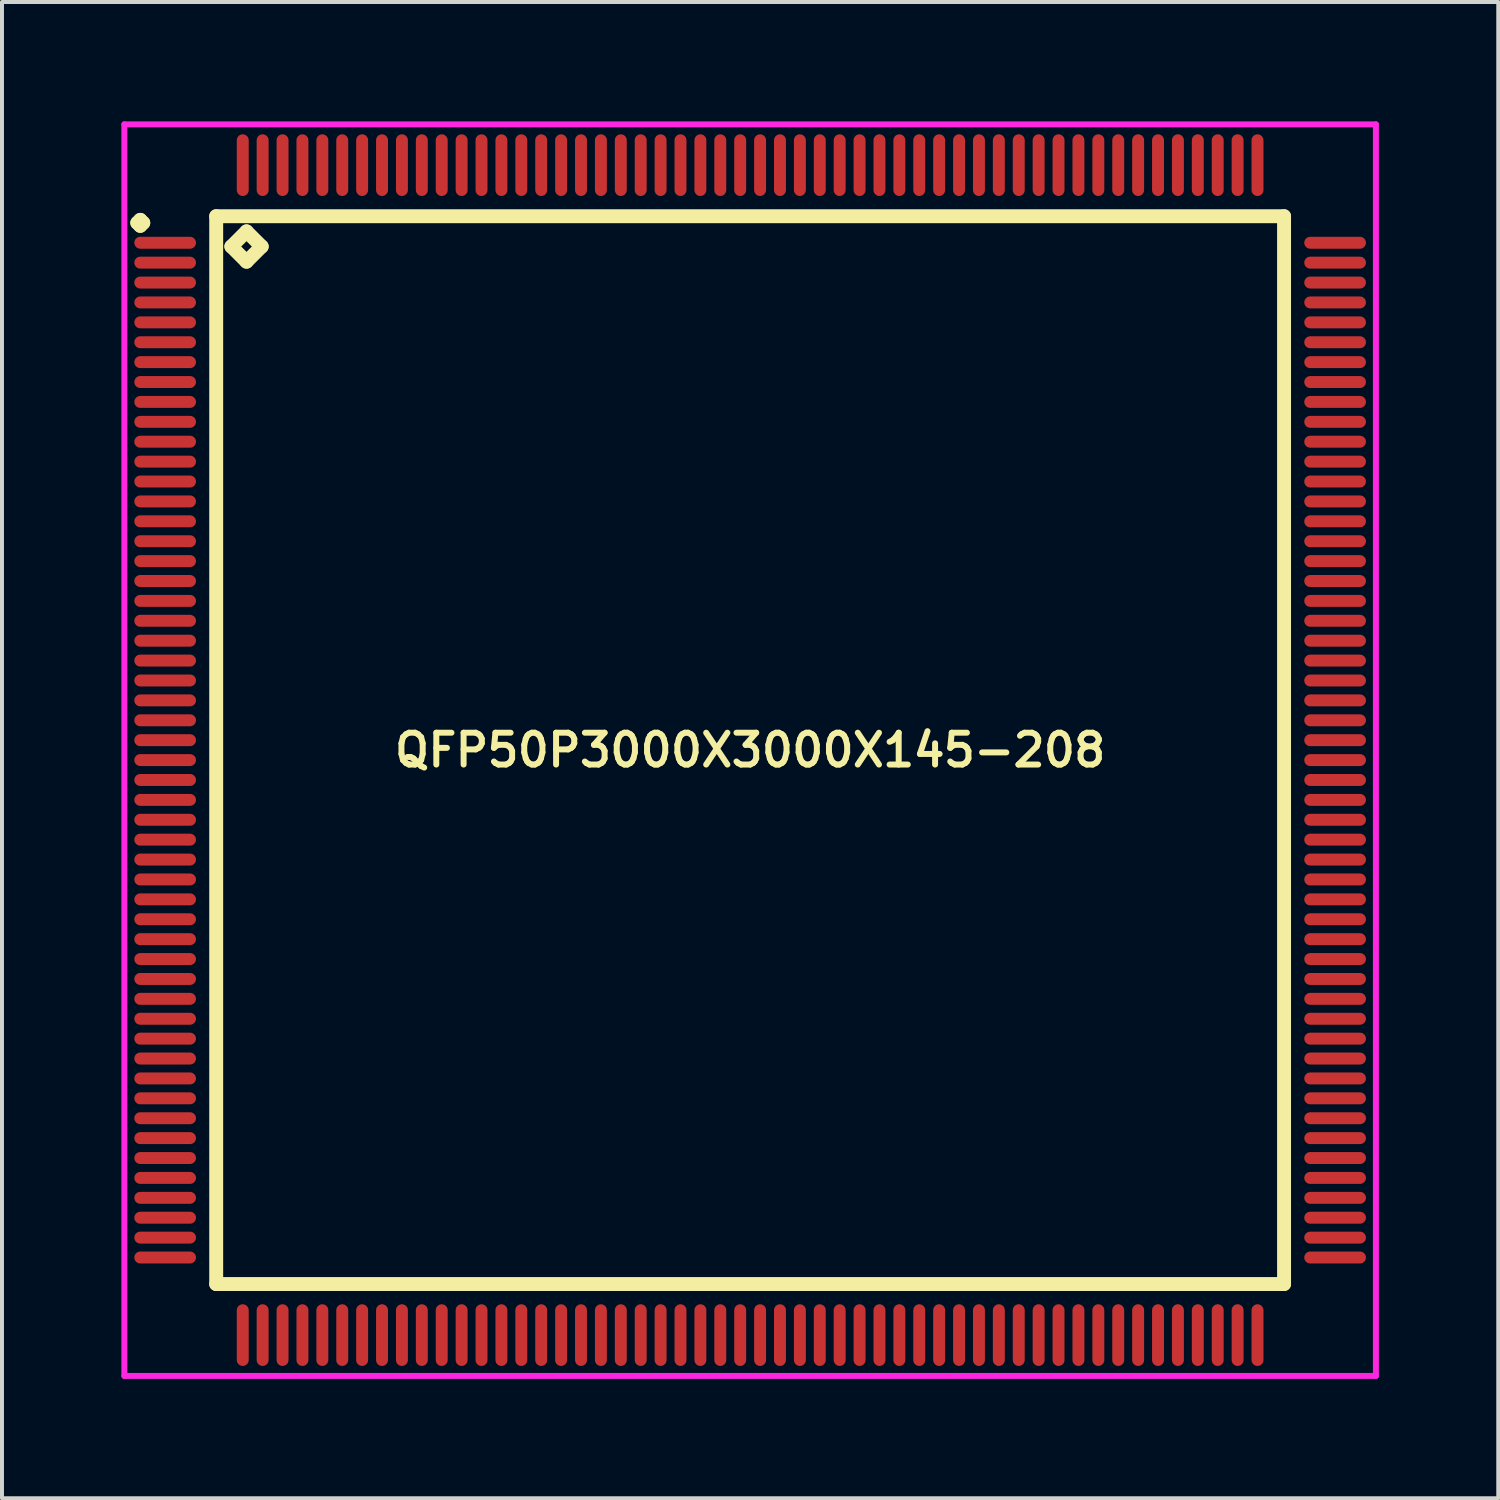
<source format=kicad_pcb>
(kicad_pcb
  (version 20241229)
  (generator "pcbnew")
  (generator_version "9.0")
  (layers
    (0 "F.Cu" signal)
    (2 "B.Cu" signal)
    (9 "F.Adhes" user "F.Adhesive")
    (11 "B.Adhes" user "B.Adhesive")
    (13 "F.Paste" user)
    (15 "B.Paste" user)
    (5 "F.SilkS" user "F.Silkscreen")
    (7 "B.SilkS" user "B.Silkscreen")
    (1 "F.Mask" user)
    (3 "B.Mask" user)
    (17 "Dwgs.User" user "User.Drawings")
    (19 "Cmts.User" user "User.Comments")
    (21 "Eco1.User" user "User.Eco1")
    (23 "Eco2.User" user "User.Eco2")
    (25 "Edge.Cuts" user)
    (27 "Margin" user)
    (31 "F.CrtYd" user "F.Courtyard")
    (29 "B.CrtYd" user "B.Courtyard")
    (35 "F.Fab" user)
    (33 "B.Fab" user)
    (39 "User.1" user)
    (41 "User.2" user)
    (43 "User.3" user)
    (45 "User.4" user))
  (footprint "QFP50P3000X3000X145-208"
    (layer "F.Cu")
    (at 15.8 15.8)
    (property "Reference" "QFP50P3000X3000X145-208" (at 0 0 0) (layer "F.SilkS") (effects (font (size 0.8 0.8) (thickness 0.15))))
    (attr smd)
    (fp_line (start -15.4 -13.25) (end -15.325 -13.325) (stroke (width 0.35) (type solid)) (layer "F.SilkS"))
    (fp_line (start -15.325 -13.325) (end -15.25 -13.25) (stroke (width 0.35) (type solid)) (layer "F.SilkS"))
    (fp_line (start -15.325 -13.175) (end -15.4 -13.25) (stroke (width 0.35) (type solid)) (layer "F.SilkS"))
    (fp_line (start -15.25 -13.25) (end -15.325 -13.175) (stroke (width 0.35) (type solid)) (layer "F.SilkS"))
    (fp_line (start -13.417 -13.417) (end -13.417 13.417) (stroke (width 0.35) (type solid)) (layer "F.SilkS"))
    (fp_line (start -13.417 13.417) (end 13.417 13.417) (stroke (width 0.35) (type solid)) (layer "F.SilkS"))
    (fp_line (start -13.036 -12.655) (end -12.655 -13.036) (stroke (width 0.35) (type solid)) (layer "F.SilkS"))
    (fp_line (start -12.655 -13.036) (end -12.274 -12.655) (stroke (width 0.35) (type solid)) (layer "F.SilkS"))
    (fp_line (start -12.655 -12.274) (end -13.036 -12.655) (stroke (width 0.35) (type solid)) (layer "F.SilkS"))
    (fp_line (start -12.274 -12.655) (end -12.655 -12.274) (stroke (width 0.35) (type solid)) (layer "F.SilkS"))
    (fp_line (start 13.417 -13.417) (end -13.417 -13.417) (stroke (width 0.35) (type solid)) (layer "F.SilkS"))
    (fp_line (start 13.417 13.417) (end 13.417 -13.417) (stroke (width 0.35) (type solid)) (layer "F.SilkS"))
    (fp_line (start -15.725 -15.725) (end 15.725 -15.725) (stroke (width 0.15) (type solid)) (layer "F.CrtYd"))
    (fp_line (start -15.725 15.725) (end -15.725 -15.725) (stroke (width 0.15) (type solid)) (layer "F.CrtYd"))
    (fp_line (start 15.725 -15.725) (end 15.725 15.725) (stroke (width 0.15) (type solid)) (layer "F.CrtYd"))
    (fp_line (start 15.725 15.725) (end -15.725 15.725) (stroke (width 0.15) (type solid)) (layer "F.CrtYd"))
    (pad "1" smd oval (at -14.7 -12.75) (size 1.55 0.3) (layers "F.Cu" "F.Mask" "F.Paste"))
    (pad "2" smd oval (at -14.7 -12.25) (size 1.55 0.3) (layers "F.Cu" "F.Mask" "F.Paste"))
    (pad "3" smd oval (at -14.7 -11.75) (size 1.55 0.3) (layers "F.Cu" "F.Mask" "F.Paste"))
    (pad "4" smd oval (at -14.7 -11.25) (size 1.55 0.3) (layers "F.Cu" "F.Mask" "F.Paste"))
    (pad "5" smd oval (at -14.7 -10.75) (size 1.55 0.3) (layers "F.Cu" "F.Mask" "F.Paste"))
    (pad "6" smd oval (at -14.7 -10.25) (size 1.55 0.3) (layers "F.Cu" "F.Mask" "F.Paste"))
    (pad "7" smd oval (at -14.7 -9.75) (size 1.55 0.3) (layers "F.Cu" "F.Mask" "F.Paste"))
    (pad "8" smd oval (at -14.7 -9.25) (size 1.55 0.3) (layers "F.Cu" "F.Mask" "F.Paste"))
    (pad "9" smd oval (at -14.7 -8.75) (size 1.55 0.3) (layers "F.Cu" "F.Mask" "F.Paste"))
    (pad "10" smd oval (at -14.7 -8.25) (size 1.55 0.3) (layers "F.Cu" "F.Mask" "F.Paste"))
    (pad "11" smd oval (at -14.7 -7.75) (size 1.55 0.3) (layers "F.Cu" "F.Mask" "F.Paste"))
    (pad "12" smd oval (at -14.7 -7.25) (size 1.55 0.3) (layers "F.Cu" "F.Mask" "F.Paste"))
    (pad "13" smd oval (at -14.7 -6.75) (size 1.55 0.3) (layers "F.Cu" "F.Mask" "F.Paste"))
    (pad "14" smd oval (at -14.7 -6.25) (size 1.55 0.3) (layers "F.Cu" "F.Mask" "F.Paste"))
    (pad "15" smd oval (at -14.7 -5.75) (size 1.55 0.3) (layers "F.Cu" "F.Mask" "F.Paste"))
    (pad "16" smd oval (at -14.7 -5.25) (size 1.55 0.3) (layers "F.Cu" "F.Mask" "F.Paste"))
    (pad "17" smd oval (at -14.7 -4.75) (size 1.55 0.3) (layers "F.Cu" "F.Mask" "F.Paste"))
    (pad "18" smd oval (at -14.7 -4.25) (size 1.55 0.3) (layers "F.Cu" "F.Mask" "F.Paste"))
    (pad "19" smd oval (at -14.7 -3.75) (size 1.55 0.3) (layers "F.Cu" "F.Mask" "F.Paste"))
    (pad "20" smd oval (at -14.7 -3.25) (size 1.55 0.3) (layers "F.Cu" "F.Mask" "F.Paste"))
    (pad "21" smd oval (at -14.7 -2.75) (size 1.55 0.3) (layers "F.Cu" "F.Mask" "F.Paste"))
    (pad "22" smd oval (at -14.7 -2.25) (size 1.55 0.3) (layers "F.Cu" "F.Mask" "F.Paste"))
    (pad "23" smd oval (at -14.7 -1.75) (size 1.55 0.3) (layers "F.Cu" "F.Mask" "F.Paste"))
    (pad "24" smd oval (at -14.7 -1.25) (size 1.55 0.3) (layers "F.Cu" "F.Mask" "F.Paste"))
    (pad "25" smd oval (at -14.7 -0.75) (size 1.55 0.3) (layers "F.Cu" "F.Mask" "F.Paste"))
    (pad "26" smd oval (at -14.7 -0.25) (size 1.55 0.3) (layers "F.Cu" "F.Mask" "F.Paste"))
    (pad "27" smd oval (at -14.7 0.25) (size 1.55 0.3) (layers "F.Cu" "F.Mask" "F.Paste"))
    (pad "28" smd oval (at -14.7 0.75) (size 1.55 0.3) (layers "F.Cu" "F.Mask" "F.Paste"))
    (pad "29" smd oval (at -14.7 1.25) (size 1.55 0.3) (layers "F.Cu" "F.Mask" "F.Paste"))
    (pad "30" smd oval (at -14.7 1.75) (size 1.55 0.3) (layers "F.Cu" "F.Mask" "F.Paste"))
    (pad "31" smd oval (at -14.7 2.25) (size 1.55 0.3) (layers "F.Cu" "F.Mask" "F.Paste"))
    (pad "32" smd oval (at -14.7 2.75) (size 1.55 0.3) (layers "F.Cu" "F.Mask" "F.Paste"))
    (pad "33" smd oval (at -14.7 3.25) (size 1.55 0.3) (layers "F.Cu" "F.Mask" "F.Paste"))
    (pad "34" smd oval (at -14.7 3.75) (size 1.55 0.3) (layers "F.Cu" "F.Mask" "F.Paste"))
    (pad "35" smd oval (at -14.7 4.25) (size 1.55 0.3) (layers "F.Cu" "F.Mask" "F.Paste"))
    (pad "36" smd oval (at -14.7 4.75) (size 1.55 0.3) (layers "F.Cu" "F.Mask" "F.Paste"))
    (pad "37" smd oval (at -14.7 5.25) (size 1.55 0.3) (layers "F.Cu" "F.Mask" "F.Paste"))
    (pad "38" smd oval (at -14.7 5.75) (size 1.55 0.3) (layers "F.Cu" "F.Mask" "F.Paste"))
    (pad "39" smd oval (at -14.7 6.25) (size 1.55 0.3) (layers "F.Cu" "F.Mask" "F.Paste"))
    (pad "40" smd oval (at -14.7 6.75) (size 1.55 0.3) (layers "F.Cu" "F.Mask" "F.Paste"))
    (pad "41" smd oval (at -14.7 7.25) (size 1.55 0.3) (layers "F.Cu" "F.Mask" "F.Paste"))
    (pad "42" smd oval (at -14.7 7.75) (size 1.55 0.3) (layers "F.Cu" "F.Mask" "F.Paste"))
    (pad "43" smd oval (at -14.7 8.25) (size 1.55 0.3) (layers "F.Cu" "F.Mask" "F.Paste"))
    (pad "44" smd oval (at -14.7 8.75) (size 1.55 0.3) (layers "F.Cu" "F.Mask" "F.Paste"))
    (pad "45" smd oval (at -14.7 9.25) (size 1.55 0.3) (layers "F.Cu" "F.Mask" "F.Paste"))
    (pad "46" smd oval (at -14.7 9.75) (size 1.55 0.3) (layers "F.Cu" "F.Mask" "F.Paste"))
    (pad "47" smd oval (at -14.7 10.25) (size 1.55 0.3) (layers "F.Cu" "F.Mask" "F.Paste"))
    (pad "48" smd oval (at -14.7 10.75) (size 1.55 0.3) (layers "F.Cu" "F.Mask" "F.Paste"))
    (pad "49" smd oval (at -14.7 11.25) (size 1.55 0.3) (layers "F.Cu" "F.Mask" "F.Paste"))
    (pad "50" smd oval (at -14.7 11.75) (size 1.55 0.3) (layers "F.Cu" "F.Mask" "F.Paste"))
    (pad "51" smd oval (at -14.7 12.25) (size 1.55 0.3) (layers "F.Cu" "F.Mask" "F.Paste"))
    (pad "52" smd oval (at -14.7 12.75) (size 1.55 0.3) (layers "F.Cu" "F.Mask" "F.Paste"))
    (pad "53" smd oval (at -12.75 14.7) (size 0.3 1.55) (layers "F.Cu" "F.Mask" "F.Paste"))
    (pad "54" smd oval (at -12.25 14.7) (size 0.3 1.55) (layers "F.Cu" "F.Mask" "F.Paste"))
    (pad "55" smd oval (at -11.75 14.7) (size 0.3 1.55) (layers "F.Cu" "F.Mask" "F.Paste"))
    (pad "56" smd oval (at -11.25 14.7) (size 0.3 1.55) (layers "F.Cu" "F.Mask" "F.Paste"))
    (pad "57" smd oval (at -10.75 14.7) (size 0.3 1.55) (layers "F.Cu" "F.Mask" "F.Paste"))
    (pad "58" smd oval (at -10.25 14.7) (size 0.3 1.55) (layers "F.Cu" "F.Mask" "F.Paste"))
    (pad "59" smd oval (at -9.75 14.7) (size 0.3 1.55) (layers "F.Cu" "F.Mask" "F.Paste"))
    (pad "60" smd oval (at -9.25 14.7) (size 0.3 1.55) (layers "F.Cu" "F.Mask" "F.Paste"))
    (pad "61" smd oval (at -8.75 14.7) (size 0.3 1.55) (layers "F.Cu" "F.Mask" "F.Paste"))
    (pad "62" smd oval (at -8.25 14.7) (size 0.3 1.55) (layers "F.Cu" "F.Mask" "F.Paste"))
    (pad "63" smd oval (at -7.75 14.7) (size 0.3 1.55) (layers "F.Cu" "F.Mask" "F.Paste"))
    (pad "64" smd oval (at -7.25 14.7) (size 0.3 1.55) (layers "F.Cu" "F.Mask" "F.Paste"))
    (pad "65" smd oval (at -6.75 14.7) (size 0.3 1.55) (layers "F.Cu" "F.Mask" "F.Paste"))
    (pad "66" smd oval (at -6.25 14.7) (size 0.3 1.55) (layers "F.Cu" "F.Mask" "F.Paste"))
    (pad "67" smd oval (at -5.75 14.7) (size 0.3 1.55) (layers "F.Cu" "F.Mask" "F.Paste"))
    (pad "68" smd oval (at -5.25 14.7) (size 0.3 1.55) (layers "F.Cu" "F.Mask" "F.Paste"))
    (pad "69" smd oval (at -4.75 14.7) (size 0.3 1.55) (layers "F.Cu" "F.Mask" "F.Paste"))
    (pad "70" smd oval (at -4.25 14.7) (size 0.3 1.55) (layers "F.Cu" "F.Mask" "F.Paste"))
    (pad "71" smd oval (at -3.75 14.7) (size 0.3 1.55) (layers "F.Cu" "F.Mask" "F.Paste"))
    (pad "72" smd oval (at -3.25 14.7) (size 0.3 1.55) (layers "F.Cu" "F.Mask" "F.Paste"))
    (pad "73" smd oval (at -2.75 14.7) (size 0.3 1.55) (layers "F.Cu" "F.Mask" "F.Paste"))
    (pad "74" smd oval (at -2.25 14.7) (size 0.3 1.55) (layers "F.Cu" "F.Mask" "F.Paste"))
    (pad "75" smd oval (at -1.75 14.7) (size 0.3 1.55) (layers "F.Cu" "F.Mask" "F.Paste"))
    (pad "76" smd oval (at -1.25 14.7) (size 0.3 1.55) (layers "F.Cu" "F.Mask" "F.Paste"))
    (pad "77" smd oval (at -0.75 14.7) (size 0.3 1.55) (layers "F.Cu" "F.Mask" "F.Paste"))
    (pad "78" smd oval (at -0.25 14.7) (size 0.3 1.55) (layers "F.Cu" "F.Mask" "F.Paste"))
    (pad "79" smd oval (at 0.25 14.7) (size 0.3 1.55) (layers "F.Cu" "F.Mask" "F.Paste"))
    (pad "80" smd oval (at 0.75 14.7) (size 0.3 1.55) (layers "F.Cu" "F.Mask" "F.Paste"))
    (pad "81" smd oval (at 1.25 14.7) (size 0.3 1.55) (layers "F.Cu" "F.Mask" "F.Paste"))
    (pad "82" smd oval (at 1.75 14.7) (size 0.3 1.55) (layers "F.Cu" "F.Mask" "F.Paste"))
    (pad "83" smd oval (at 2.25 14.7) (size 0.3 1.55) (layers "F.Cu" "F.Mask" "F.Paste"))
    (pad "84" smd oval (at 2.75 14.7) (size 0.3 1.55) (layers "F.Cu" "F.Mask" "F.Paste"))
    (pad "85" smd oval (at 3.25 14.7) (size 0.3 1.55) (layers "F.Cu" "F.Mask" "F.Paste"))
    (pad "86" smd oval (at 3.75 14.7) (size 0.3 1.55) (layers "F.Cu" "F.Mask" "F.Paste"))
    (pad "87" smd oval (at 4.25 14.7) (size 0.3 1.55) (layers "F.Cu" "F.Mask" "F.Paste"))
    (pad "88" smd oval (at 4.75 14.7) (size 0.3 1.55) (layers "F.Cu" "F.Mask" "F.Paste"))
    (pad "89" smd oval (at 5.25 14.7) (size 0.3 1.55) (layers "F.Cu" "F.Mask" "F.Paste"))
    (pad "90" smd oval (at 5.75 14.7) (size 0.3 1.55) (layers "F.Cu" "F.Mask" "F.Paste"))
    (pad "91" smd oval (at 6.25 14.7) (size 0.3 1.55) (layers "F.Cu" "F.Mask" "F.Paste"))
    (pad "92" smd oval (at 6.75 14.7) (size 0.3 1.55) (layers "F.Cu" "F.Mask" "F.Paste"))
    (pad "93" smd oval (at 7.25 14.7) (size 0.3 1.55) (layers "F.Cu" "F.Mask" "F.Paste"))
    (pad "94" smd oval (at 7.75 14.7) (size 0.3 1.55) (layers "F.Cu" "F.Mask" "F.Paste"))
    (pad "95" smd oval (at 8.25 14.7) (size 0.3 1.55) (layers "F.Cu" "F.Mask" "F.Paste"))
    (pad "96" smd oval (at 8.75 14.7) (size 0.3 1.55) (layers "F.Cu" "F.Mask" "F.Paste"))
    (pad "97" smd oval (at 9.25 14.7) (size 0.3 1.55) (layers "F.Cu" "F.Mask" "F.Paste"))
    (pad "98" smd oval (at 9.75 14.7) (size 0.3 1.55) (layers "F.Cu" "F.Mask" "F.Paste"))
    (pad "99" smd oval (at 10.25 14.7) (size 0.3 1.55) (layers "F.Cu" "F.Mask" "F.Paste"))
    (pad "100" smd oval (at 10.75 14.7) (size 0.3 1.55) (layers "F.Cu" "F.Mask" "F.Paste"))
    (pad "101" smd oval (at 11.25 14.7) (size 0.3 1.55) (layers "F.Cu" "F.Mask" "F.Paste"))
    (pad "102" smd oval (at 11.75 14.7) (size 0.3 1.55) (layers "F.Cu" "F.Mask" "F.Paste"))
    (pad "103" smd oval (at 12.25 14.7) (size 0.3 1.55) (layers "F.Cu" "F.Mask" "F.Paste"))
    (pad "104" smd oval (at 12.75 14.7) (size 0.3 1.55) (layers "F.Cu" "F.Mask" "F.Paste"))
    (pad "105" smd oval (at 14.7 12.75) (size 1.55 0.3) (layers "F.Cu" "F.Mask" "F.Paste"))
    (pad "106" smd oval (at 14.7 12.25) (size 1.55 0.3) (layers "F.Cu" "F.Mask" "F.Paste"))
    (pad "107" smd oval (at 14.7 11.75) (size 1.55 0.3) (layers "F.Cu" "F.Mask" "F.Paste"))
    (pad "108" smd oval (at 14.7 11.25) (size 1.55 0.3) (layers "F.Cu" "F.Mask" "F.Paste"))
    (pad "109" smd oval (at 14.7 10.75) (size 1.55 0.3) (layers "F.Cu" "F.Mask" "F.Paste"))
    (pad "110" smd oval (at 14.7 10.25) (size 1.55 0.3) (layers "F.Cu" "F.Mask" "F.Paste"))
    (pad "111" smd oval (at 14.7 9.75) (size 1.55 0.3) (layers "F.Cu" "F.Mask" "F.Paste"))
    (pad "112" smd oval (at 14.7 9.25) (size 1.55 0.3) (layers "F.Cu" "F.Mask" "F.Paste"))
    (pad "113" smd oval (at 14.7 8.75) (size 1.55 0.3) (layers "F.Cu" "F.Mask" "F.Paste"))
    (pad "114" smd oval (at 14.7 8.25) (size 1.55 0.3) (layers "F.Cu" "F.Mask" "F.Paste"))
    (pad "115" smd oval (at 14.7 7.75) (size 1.55 0.3) (layers "F.Cu" "F.Mask" "F.Paste"))
    (pad "116" smd oval (at 14.7 7.25) (size 1.55 0.3) (layers "F.Cu" "F.Mask" "F.Paste"))
    (pad "117" smd oval (at 14.7 6.75) (size 1.55 0.3) (layers "F.Cu" "F.Mask" "F.Paste"))
    (pad "118" smd oval (at 14.7 6.25) (size 1.55 0.3) (layers "F.Cu" "F.Mask" "F.Paste"))
    (pad "119" smd oval (at 14.7 5.75) (size 1.55 0.3) (layers "F.Cu" "F.Mask" "F.Paste"))
    (pad "120" smd oval (at 14.7 5.25) (size 1.55 0.3) (layers "F.Cu" "F.Mask" "F.Paste"))
    (pad "121" smd oval (at 14.7 4.75) (size 1.55 0.3) (layers "F.Cu" "F.Mask" "F.Paste"))
    (pad "122" smd oval (at 14.7 4.25) (size 1.55 0.3) (layers "F.Cu" "F.Mask" "F.Paste"))
    (pad "123" smd oval (at 14.7 3.75) (size 1.55 0.3) (layers "F.Cu" "F.Mask" "F.Paste"))
    (pad "124" smd oval (at 14.7 3.25) (size 1.55 0.3) (layers "F.Cu" "F.Mask" "F.Paste"))
    (pad "125" smd oval (at 14.7 2.75) (size 1.55 0.3) (layers "F.Cu" "F.Mask" "F.Paste"))
    (pad "126" smd oval (at 14.7 2.25) (size 1.55 0.3) (layers "F.Cu" "F.Mask" "F.Paste"))
    (pad "127" smd oval (at 14.7 1.75) (size 1.55 0.3) (layers "F.Cu" "F.Mask" "F.Paste"))
    (pad "128" smd oval (at 14.7 1.25) (size 1.55 0.3) (layers "F.Cu" "F.Mask" "F.Paste"))
    (pad "129" smd oval (at 14.7 0.75) (size 1.55 0.3) (layers "F.Cu" "F.Mask" "F.Paste"))
    (pad "130" smd oval (at 14.7 0.25) (size 1.55 0.3) (layers "F.Cu" "F.Mask" "F.Paste"))
    (pad "131" smd oval (at 14.7 -0.25) (size 1.55 0.3) (layers "F.Cu" "F.Mask" "F.Paste"))
    (pad "132" smd oval (at 14.7 -0.75) (size 1.55 0.3) (layers "F.Cu" "F.Mask" "F.Paste"))
    (pad "133" smd oval (at 14.7 -1.25) (size 1.55 0.3) (layers "F.Cu" "F.Mask" "F.Paste"))
    (pad "134" smd oval (at 14.7 -1.75) (size 1.55 0.3) (layers "F.Cu" "F.Mask" "F.Paste"))
    (pad "135" smd oval (at 14.7 -2.25) (size 1.55 0.3) (layers "F.Cu" "F.Mask" "F.Paste"))
    (pad "136" smd oval (at 14.7 -2.75) (size 1.55 0.3) (layers "F.Cu" "F.Mask" "F.Paste"))
    (pad "137" smd oval (at 14.7 -3.25) (size 1.55 0.3) (layers "F.Cu" "F.Mask" "F.Paste"))
    (pad "138" smd oval (at 14.7 -3.75) (size 1.55 0.3) (layers "F.Cu" "F.Mask" "F.Paste"))
    (pad "139" smd oval (at 14.7 -4.25) (size 1.55 0.3) (layers "F.Cu" "F.Mask" "F.Paste"))
    (pad "140" smd oval (at 14.7 -4.75) (size 1.55 0.3) (layers "F.Cu" "F.Mask" "F.Paste"))
    (pad "141" smd oval (at 14.7 -5.25) (size 1.55 0.3) (layers "F.Cu" "F.Mask" "F.Paste"))
    (pad "142" smd oval (at 14.7 -5.75) (size 1.55 0.3) (layers "F.Cu" "F.Mask" "F.Paste"))
    (pad "143" smd oval (at 14.7 -6.25) (size 1.55 0.3) (layers "F.Cu" "F.Mask" "F.Paste"))
    (pad "144" smd oval (at 14.7 -6.75) (size 1.55 0.3) (layers "F.Cu" "F.Mask" "F.Paste"))
    (pad "145" smd oval (at 14.7 -7.25) (size 1.55 0.3) (layers "F.Cu" "F.Mask" "F.Paste"))
    (pad "146" smd oval (at 14.7 -7.75) (size 1.55 0.3) (layers "F.Cu" "F.Mask" "F.Paste"))
    (pad "147" smd oval (at 14.7 -8.25) (size 1.55 0.3) (layers "F.Cu" "F.Mask" "F.Paste"))
    (pad "148" smd oval (at 14.7 -8.75) (size 1.55 0.3) (layers "F.Cu" "F.Mask" "F.Paste"))
    (pad "149" smd oval (at 14.7 -9.25) (size 1.55 0.3) (layers "F.Cu" "F.Mask" "F.Paste"))
    (pad "150" smd oval (at 14.7 -9.75) (size 1.55 0.3) (layers "F.Cu" "F.Mask" "F.Paste"))
    (pad "151" smd oval (at 14.7 -10.25) (size 1.55 0.3) (layers "F.Cu" "F.Mask" "F.Paste"))
    (pad "152" smd oval (at 14.7 -10.75) (size 1.55 0.3) (layers "F.Cu" "F.Mask" "F.Paste"))
    (pad "153" smd oval (at 14.7 -11.25) (size 1.55 0.3) (layers "F.Cu" "F.Mask" "F.Paste"))
    (pad "154" smd oval (at 14.7 -11.75) (size 1.55 0.3) (layers "F.Cu" "F.Mask" "F.Paste"))
    (pad "155" smd oval (at 14.7 -12.25) (size 1.55 0.3) (layers "F.Cu" "F.Mask" "F.Paste"))
    (pad "156" smd oval (at 14.7 -12.75) (size 1.55 0.3) (layers "F.Cu" "F.Mask" "F.Paste"))
    (pad "157" smd oval (at 12.75 -14.7) (size 0.3 1.55) (layers "F.Cu" "F.Mask" "F.Paste"))
    (pad "158" smd oval (at 12.25 -14.7) (size 0.3 1.55) (layers "F.Cu" "F.Mask" "F.Paste"))
    (pad "159" smd oval (at 11.75 -14.7) (size 0.3 1.55) (layers "F.Cu" "F.Mask" "F.Paste"))
    (pad "160" smd oval (at 11.25 -14.7) (size 0.3 1.55) (layers "F.Cu" "F.Mask" "F.Paste"))
    (pad "161" smd oval (at 10.75 -14.7) (size 0.3 1.55) (layers "F.Cu" "F.Mask" "F.Paste"))
    (pad "162" smd oval (at 10.25 -14.7) (size 0.3 1.55) (layers "F.Cu" "F.Mask" "F.Paste"))
    (pad "163" smd oval (at 9.75 -14.7) (size 0.3 1.55) (layers "F.Cu" "F.Mask" "F.Paste"))
    (pad "164" smd oval (at 9.25 -14.7) (size 0.3 1.55) (layers "F.Cu" "F.Mask" "F.Paste"))
    (pad "165" smd oval (at 8.75 -14.7) (size 0.3 1.55) (layers "F.Cu" "F.Mask" "F.Paste"))
    (pad "166" smd oval (at 8.25 -14.7) (size 0.3 1.55) (layers "F.Cu" "F.Mask" "F.Paste"))
    (pad "167" smd oval (at 7.75 -14.7) (size 0.3 1.55) (layers "F.Cu" "F.Mask" "F.Paste"))
    (pad "168" smd oval (at 7.25 -14.7) (size 0.3 1.55) (layers "F.Cu" "F.Mask" "F.Paste"))
    (pad "169" smd oval (at 6.75 -14.7) (size 0.3 1.55) (layers "F.Cu" "F.Mask" "F.Paste"))
    (pad "170" smd oval (at 6.25 -14.7) (size 0.3 1.55) (layers "F.Cu" "F.Mask" "F.Paste"))
    (pad "171" smd oval (at 5.75 -14.7) (size 0.3 1.55) (layers "F.Cu" "F.Mask" "F.Paste"))
    (pad "172" smd oval (at 5.25 -14.7) (size 0.3 1.55) (layers "F.Cu" "F.Mask" "F.Paste"))
    (pad "173" smd oval (at 4.75 -14.7) (size 0.3 1.55) (layers "F.Cu" "F.Mask" "F.Paste"))
    (pad "174" smd oval (at 4.25 -14.7) (size 0.3 1.55) (layers "F.Cu" "F.Mask" "F.Paste"))
    (pad "175" smd oval (at 3.75 -14.7) (size 0.3 1.55) (layers "F.Cu" "F.Mask" "F.Paste"))
    (pad "176" smd oval (at 3.25 -14.7) (size 0.3 1.55) (layers "F.Cu" "F.Mask" "F.Paste"))
    (pad "177" smd oval (at 2.75 -14.7) (size 0.3 1.55) (layers "F.Cu" "F.Mask" "F.Paste"))
    (pad "178" smd oval (at 2.25 -14.7) (size 0.3 1.55) (layers "F.Cu" "F.Mask" "F.Paste"))
    (pad "179" smd oval (at 1.75 -14.7) (size 0.3 1.55) (layers "F.Cu" "F.Mask" "F.Paste"))
    (pad "180" smd oval (at 1.25 -14.7) (size 0.3 1.55) (layers "F.Cu" "F.Mask" "F.Paste"))
    (pad "181" smd oval (at 0.75 -14.7) (size 0.3 1.55) (layers "F.Cu" "F.Mask" "F.Paste"))
    (pad "182" smd oval (at 0.25 -14.7) (size 0.3 1.55) (layers "F.Cu" "F.Mask" "F.Paste"))
    (pad "183" smd oval (at -0.25 -14.7) (size 0.3 1.55) (layers "F.Cu" "F.Mask" "F.Paste"))
    (pad "184" smd oval (at -0.75 -14.7) (size 0.3 1.55) (layers "F.Cu" "F.Mask" "F.Paste"))
    (pad "185" smd oval (at -1.25 -14.7) (size 0.3 1.55) (layers "F.Cu" "F.Mask" "F.Paste"))
    (pad "186" smd oval (at -1.75 -14.7) (size 0.3 1.55) (layers "F.Cu" "F.Mask" "F.Paste"))
    (pad "187" smd oval (at -2.25 -14.7) (size 0.3 1.55) (layers "F.Cu" "F.Mask" "F.Paste"))
    (pad "188" smd oval (at -2.75 -14.7) (size 0.3 1.55) (layers "F.Cu" "F.Mask" "F.Paste"))
    (pad "189" smd oval (at -3.25 -14.7) (size 0.3 1.55) (layers "F.Cu" "F.Mask" "F.Paste"))
    (pad "190" smd oval (at -3.75 -14.7) (size 0.3 1.55) (layers "F.Cu" "F.Mask" "F.Paste"))
    (pad "191" smd oval (at -4.25 -14.7) (size 0.3 1.55) (layers "F.Cu" "F.Mask" "F.Paste"))
    (pad "192" smd oval (at -4.75 -14.7) (size 0.3 1.55) (layers "F.Cu" "F.Mask" "F.Paste"))
    (pad "193" smd oval (at -5.25 -14.7) (size 0.3 1.55) (layers "F.Cu" "F.Mask" "F.Paste"))
    (pad "194" smd oval (at -5.75 -14.7) (size 0.3 1.55) (layers "F.Cu" "F.Mask" "F.Paste"))
    (pad "195" smd oval (at -6.25 -14.7) (size 0.3 1.55) (layers "F.Cu" "F.Mask" "F.Paste"))
    (pad "196" smd oval (at -6.75 -14.7) (size 0.3 1.55) (layers "F.Cu" "F.Mask" "F.Paste"))
    (pad "197" smd oval (at -7.25 -14.7) (size 0.3 1.55) (layers "F.Cu" "F.Mask" "F.Paste"))
    (pad "198" smd oval (at -7.75 -14.7) (size 0.3 1.55) (layers "F.Cu" "F.Mask" "F.Paste"))
    (pad "199" smd oval (at -8.25 -14.7) (size 0.3 1.55) (layers "F.Cu" "F.Mask" "F.Paste"))
    (pad "200" smd oval (at -8.75 -14.7) (size 0.3 1.55) (layers "F.Cu" "F.Mask" "F.Paste"))
    (pad "201" smd oval (at -9.25 -14.7) (size 0.3 1.55) (layers "F.Cu" "F.Mask" "F.Paste"))
    (pad "202" smd oval (at -9.75 -14.7) (size 0.3 1.55) (layers "F.Cu" "F.Mask" "F.Paste"))
    (pad "203" smd oval (at -10.25 -14.7) (size 0.3 1.55) (layers "F.Cu" "F.Mask" "F.Paste"))
    (pad "204" smd oval (at -10.75 -14.7) (size 0.3 1.55) (layers "F.Cu" "F.Mask" "F.Paste"))
    (pad "205" smd oval (at -11.25 -14.7) (size 0.3 1.55) (layers "F.Cu" "F.Mask" "F.Paste"))
    (pad "206" smd oval (at -11.75 -14.7) (size 0.3 1.55) (layers "F.Cu" "F.Mask" "F.Paste"))
    (pad "207" smd oval (at -12.25 -14.7) (size 0.3 1.55) (layers "F.Cu" "F.Mask" "F.Paste"))
    (pad "208" smd oval (at -12.75 -14.7) (size 0.3 1.55) (layers "F.Cu" "F.Mask" "F.Paste")))
  (gr_rect
    (start -3 -3)
    (end 34.6 34.6)
    (stroke (width 0.1) (type default))
    (fill no)
    (layer "Edge.Cuts")))
</source>
